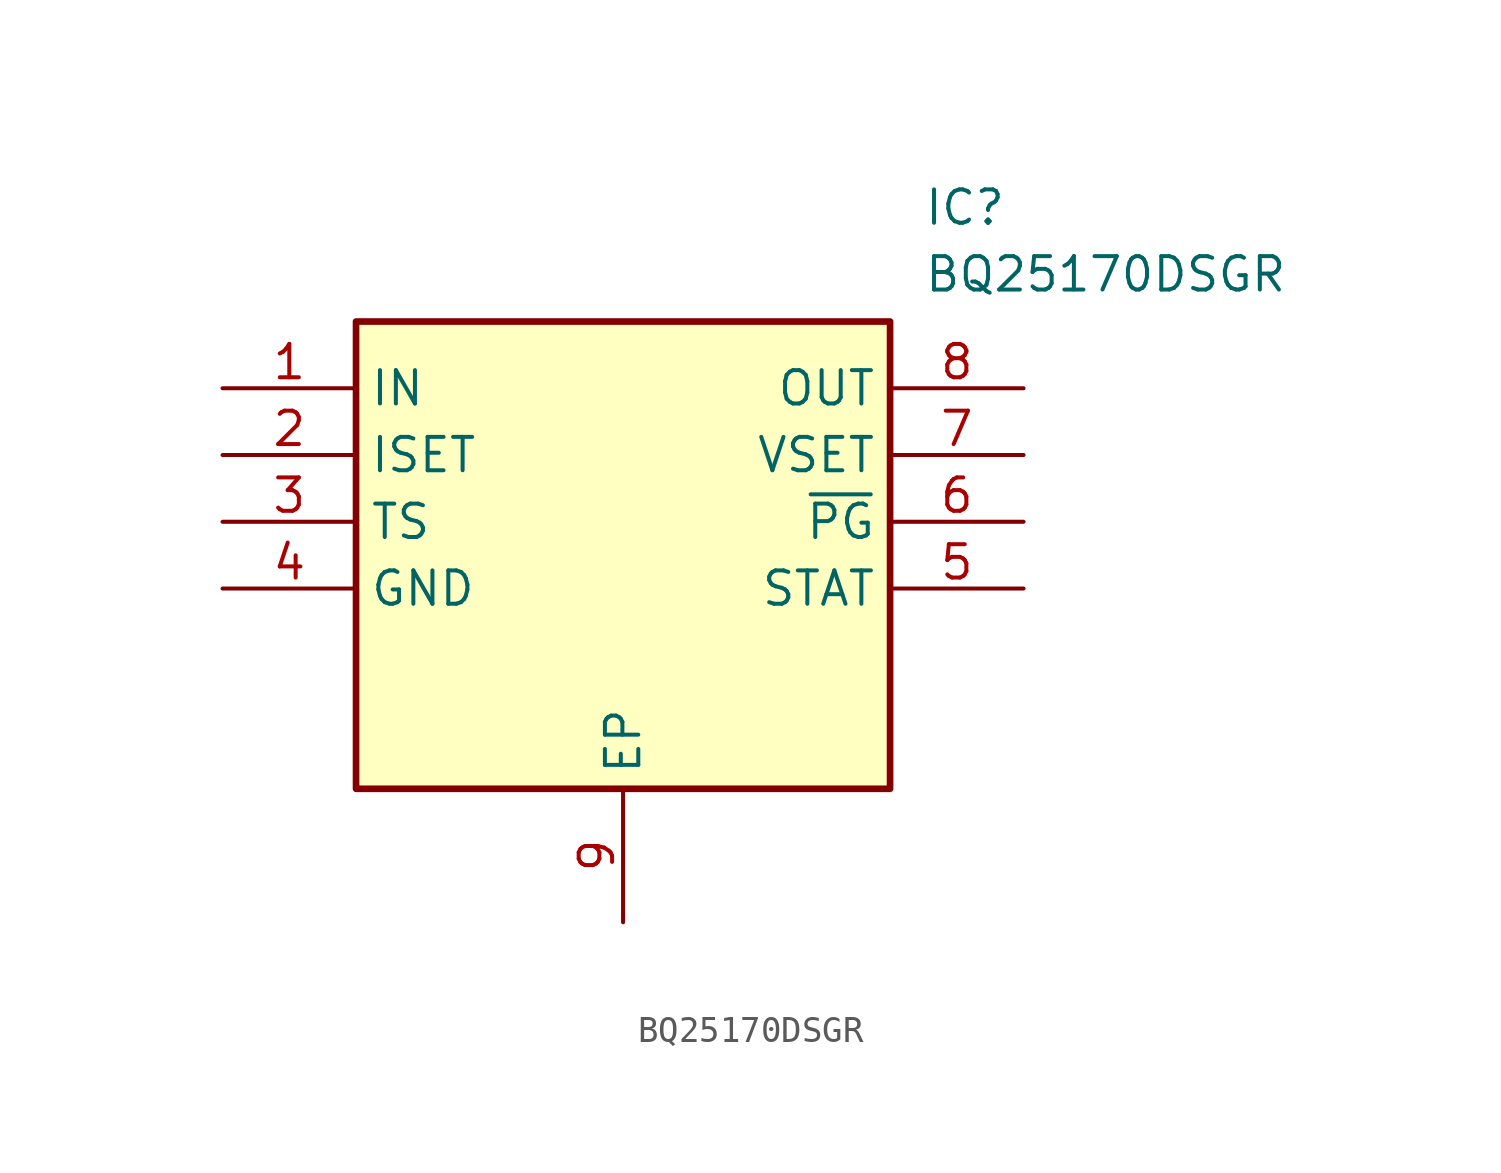
<source format=kicad_sym>
(kicad_symbol_lib
  (version 20211014)
  (generator SamacSys_ECAD_Model)
  (symbol "BQ25170DSGR"
    (property "Reference" "IC"
      (at 26.67 7.62 0)
      (effects (font (size 1.27 1.27)) (justify left top)))
    (property "Value" "BQ25170DSGR"
      (at 26.67 5.08 0)
      (effects (font (size 1.27 1.27)) (justify left top)))
    (rectangle
      (start 5.08 2.54)
      (end 25.4 -15.24)
      (stroke (width 0.254) (type default))
      (fill (type background)))
    (pin passive line
      (at 0 0 0)
      (length 5.08)
      (name "IN" (effects (font (size 1.27 1.27))))
      (number "1" (effects (font (size 1.27 1.27)))))
    (pin passive line
      (at 0 -2.54 0)
      (length 5.08)
      (name "ISET" (effects (font (size 1.27 1.27))))
      (number "2" (effects (font (size 1.27 1.27)))))
    (pin passive line
      (at 0 -5.08 0)
      (length 5.08)
      (name "TS" (effects (font (size 1.27 1.27))))
      (number "3" (effects (font (size 1.27 1.27)))))
    (pin passive line
      (at 0 -7.62 0)
      (length 5.08)
      (name "GND" (effects (font (size 1.27 1.27))))
      (number "4" (effects (font (size 1.27 1.27)))))
    (pin passive line
      (at 15.24 -20.32 90)
      (length 5.08)
      (name "EP" (effects (font (size 1.27 1.27))))
      (number "9" (effects (font (size 1.27 1.27)))))
    (pin passive line
      (at 30.48 0 180)
      (length 5.08)
      (name "OUT" (effects (font (size 1.27 1.27))))
      (number "8" (effects (font (size 1.27 1.27)))))
    (pin passive line
      (at 30.48 -2.54 180)
      (length 5.08)
      (name "VSET" (effects (font (size 1.27 1.27))))
      (number "7" (effects (font (size 1.27 1.27)))))
    (pin passive line
      (at 30.48 -5.08 180)
      (length 5.08)
      (name "~{PG}" (effects (font (size 1.27 1.27))))
      (number "6" (effects (font (size 1.27 1.27)))))
    (pin passive line
      (at 30.48 -7.62 180)
      (length 5.08)
      (name "STAT" (effects (font (size 1.27 1.27))))
      (number "5" (effects (font (size 1.27 1.27)))))))
</source>
